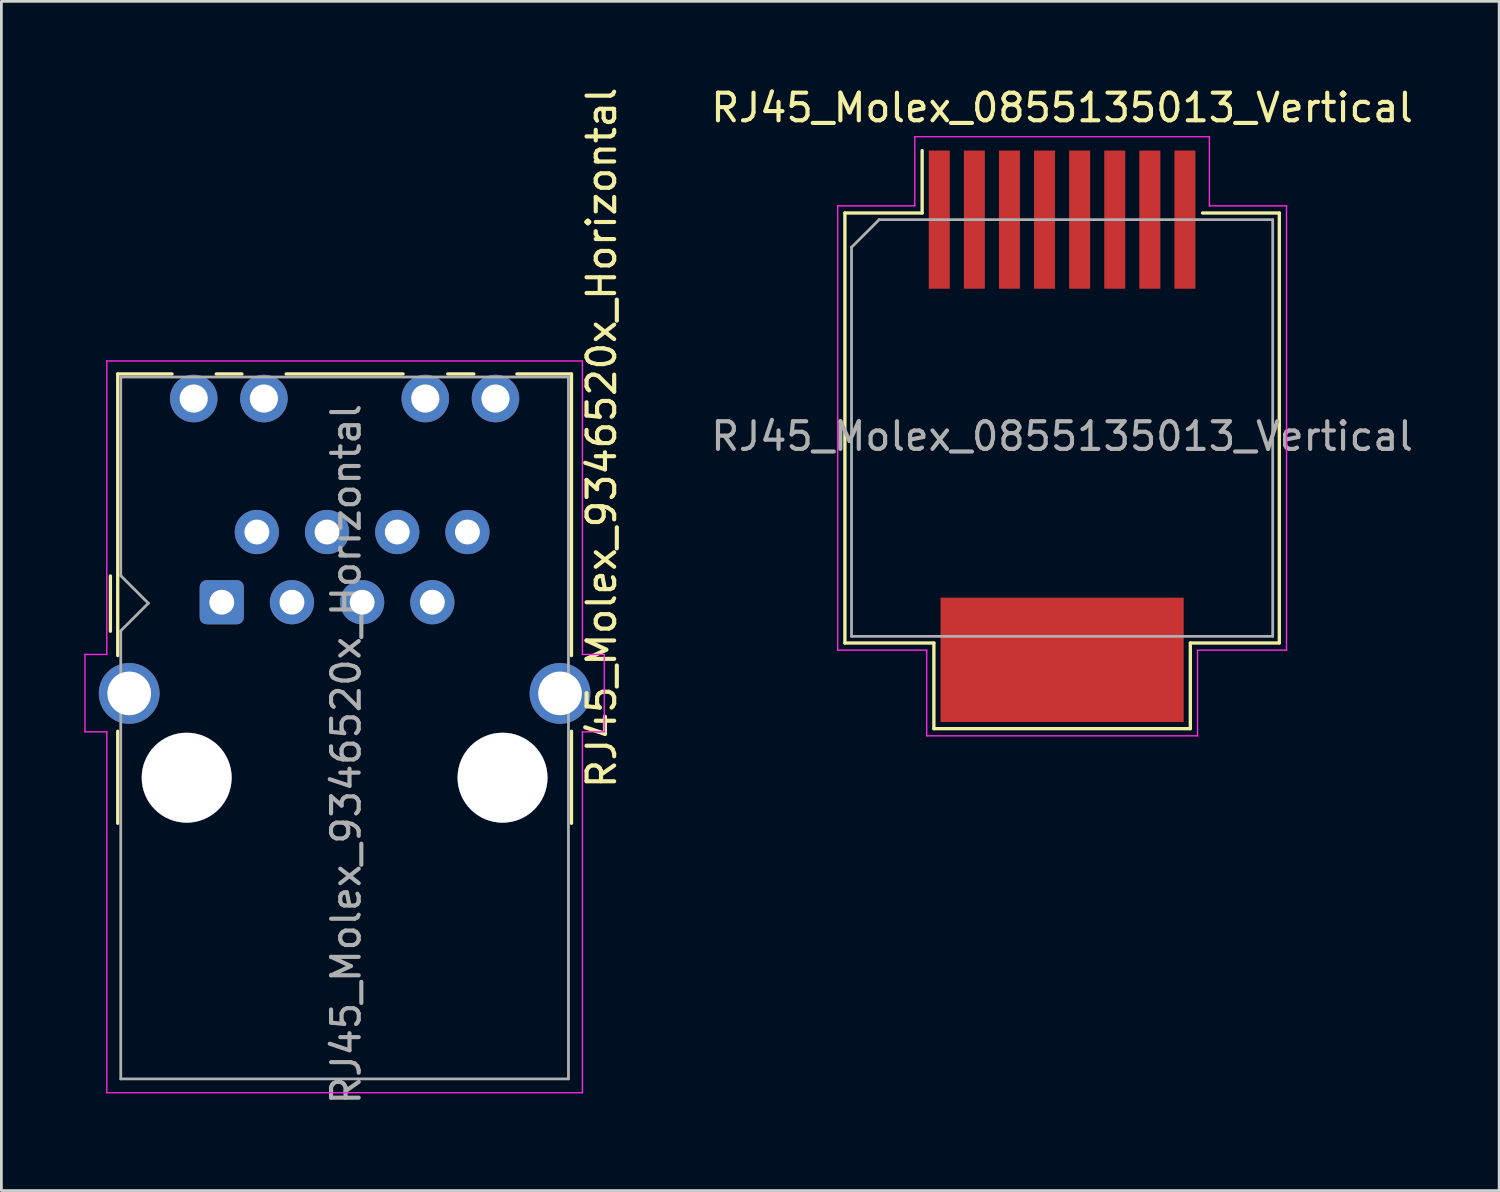
<source format=kicad_pcb>
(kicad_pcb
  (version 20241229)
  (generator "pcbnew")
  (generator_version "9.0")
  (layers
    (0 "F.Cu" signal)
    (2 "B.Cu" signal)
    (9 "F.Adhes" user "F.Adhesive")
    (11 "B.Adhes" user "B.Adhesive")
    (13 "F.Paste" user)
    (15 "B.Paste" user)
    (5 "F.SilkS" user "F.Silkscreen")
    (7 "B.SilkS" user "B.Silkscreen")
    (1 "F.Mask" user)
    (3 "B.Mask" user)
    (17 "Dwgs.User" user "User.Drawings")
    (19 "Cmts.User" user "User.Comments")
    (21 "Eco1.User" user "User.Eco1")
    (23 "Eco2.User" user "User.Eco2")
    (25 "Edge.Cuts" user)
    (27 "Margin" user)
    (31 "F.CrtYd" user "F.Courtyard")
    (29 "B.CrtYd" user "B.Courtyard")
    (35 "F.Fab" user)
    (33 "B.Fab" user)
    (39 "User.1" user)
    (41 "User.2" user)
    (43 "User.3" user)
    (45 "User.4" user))
  (footprint "RJ45_Molex_9346520x_Horizontal"
    (layer "F.Cu")
    (at 4.975 18.742)
    (property "Reference" "RJ45_Molex_9346520x_Horizontal" (at 13.745 -5.95 90) (layer "F.SilkS") (effects (font (size 1 1) (thickness 0.15))))
    (attr through_hole)
    (fp_line (start -4.03 -0.95) (end -4.03 1.05) (stroke (width 0.12) (type solid)) (layer "F.SilkS"))
    (fp_line (start -3.765 -8.26) (end -3.765 1.93) (stroke (width 0.12) (type solid)) (layer "F.SilkS"))
    (fp_line (start -3.765 4.67) (end -3.765 8) (stroke (width 0.12) (type solid)) (layer "F.SilkS"))
    (fp_line (start -1.8 -8.26) (end -3.765 -8.26) (stroke (width 0.12) (type solid)) (layer "F.SilkS"))
    (fp_line (start -0.2 -8.26) (end 0.73 -8.26) (stroke (width 0.12) (type solid)) (layer "F.SilkS"))
    (fp_line (start 2.33 -8.26) (end 6.56 -8.26) (stroke (width 0.12) (type solid)) (layer "F.SilkS"))
    (fp_line (start 8.18 -8.26) (end 9.12 -8.26) (stroke (width 0.12) (type solid)) (layer "F.SilkS"))
    (fp_line (start 12.655 -8.26) (end 10.68 -8.26) (stroke (width 0.12) (type solid)) (layer "F.SilkS"))
    (fp_line (start 12.655 1.93) (end 12.655 -8.26) (stroke (width 0.12) (type solid)) (layer "F.SilkS"))
    (fp_line (start 12.655 8) (end 12.655 4.67) (stroke (width 0.12) (type solid)) (layer "F.SilkS"))
    (fp_line (start -4.95 4.69) (end -4.95 1.89) (stroke (width 0.05) (type solid)) (layer "F.CrtYd"))
    (fp_line (start -4.16 1.89) (end -4.95 1.89) (stroke (width 0.05) (type solid)) (layer "F.CrtYd"))
    (fp_line (start -4.16 1.89) (end -4.16 -8.73) (stroke (width 0.05) (type solid)) (layer "F.CrtYd"))
    (fp_line (start -4.16 4.69) (end -4.95 4.69) (stroke (width 0.05) (type solid)) (layer "F.CrtYd"))
    (fp_line (start -4.16 17.75) (end -4.16 4.69) (stroke (width 0.05) (type solid)) (layer "F.CrtYd"))
    (fp_line (start -4.16 17.75) (end 13.05 17.75) (stroke (width 0.05) (type solid)) (layer "F.CrtYd"))
    (fp_line (start 13.05 -8.73) (end -4.16 -8.73) (stroke (width 0.05) (type solid)) (layer "F.CrtYd"))
    (fp_line (start 13.05 1.89) (end 13.05 -8.73) (stroke (width 0.05) (type solid)) (layer "F.CrtYd"))
    (fp_line (start 13.05 17.75) (end 13.05 4.69) (stroke (width 0.05) (type solid)) (layer "F.CrtYd"))
    (fp_line (start 13.84 1.89) (end 13.05 1.89) (stroke (width 0.05) (type solid)) (layer "F.CrtYd"))
    (fp_line (start 13.84 4.69) (end 13.05 4.69) (stroke (width 0.05) (type solid)) (layer "F.CrtYd"))
    (fp_line (start 13.84 4.69) (end 13.84 1.89) (stroke (width 0.05) (type solid)) (layer "F.CrtYd"))
    (fp_line (start -3.655 -0.96) (end -3.655 -8.15) (stroke (width 0.1) (type solid)) (layer "F.Fab"))
    (fp_line (start -3.655 17.25) (end -3.655 1.04) (stroke (width 0.1) (type solid)) (layer "F.Fab"))
    (fp_line (start -3.655 17.25) (end 12.545 17.25) (stroke (width 0.1) (type solid)) (layer "F.Fab"))
    (fp_line (start -2.66 0.04) (end -3.66 1.04) (stroke (width 0.1) (type solid)) (layer "F.Fab"))
    (fp_line (start -2.655 0.04) (end -3.655 -0.96) (stroke (width 0.1) (type solid)) (layer "F.Fab"))
    (fp_line (start 12.545 -8.15) (end -3.655 -8.15) (stroke (width 0.1) (type solid)) (layer "F.Fab"))
    (fp_line (start 12.545 -8.15) (end 12.545 17.25) (stroke (width 0.1) (type solid)) (layer "F.Fab"))
    (fp_text user "${REFERENCE}" (at 4.5 5.5 90) (layer "F.Fab") (effects (font (size 1 1) (thickness 0.15))))
    (pad "" np_thru_hole circle (at -1.27 6.35) (size 3.26 3.26) (drill 3.25) (layers "*.Cu" "*.Mask"))
    (pad "" np_thru_hole circle (at 10.16 6.35) (size 3.26 3.26) (drill 3.25) (layers "*.Cu" "*.Mask"))
    (pad "2" thru_hole roundrect (at 0 0) (size 1.6 1.6) (drill 0.9) (layers "*.Cu" "*.Mask") (roundrect_rratio 0.156))
    (pad "3" thru_hole circle (at 1.27 -2.54) (size 1.6 1.6) (drill 0.9) (layers "*.Cu" "*.Mask"))
    (pad "4" thru_hole circle (at 2.54 0) (size 1.6 1.6) (drill 0.9) (layers "*.Cu" "*.Mask"))
    (pad "5" thru_hole circle (at 3.81 -2.54) (size 1.6 1.6) (drill 0.9) (layers "*.Cu" "*.Mask"))
    (pad "6" thru_hole circle (at 5.08 0) (size 1.6 1.6) (drill 0.9) (layers "*.Cu" "*.Mask"))
    (pad "7" thru_hole circle (at 6.35 -2.54) (size 1.6 1.6) (drill 0.9) (layers "*.Cu" "*.Mask"))
    (pad "8" thru_hole circle (at 7.62 0) (size 1.6 1.6) (drill 0.9) (layers "*.Cu" "*.Mask"))
    (pad "9" thru_hole circle (at 8.89 -2.54) (size 1.6 1.6) (drill 0.9) (layers "*.Cu" "*.Mask"))
    (pad "11" thru_hole circle (at -1.015 -7.37) (size 1.72 1.72) (drill 1.02) (layers "*.Cu" "*.Mask"))
    (pad "12" thru_hole circle (at 1.525 -7.37) (size 1.72 1.72) (drill 1.02) (layers "*.Cu" "*.Mask"))
    (pad "13" thru_hole circle (at 7.365 -7.37) (size 1.72 1.72) (drill 1.02) (layers "*.Cu" "*.Mask"))
    (pad "14" thru_hole circle (at 9.905 -7.37) (size 1.72 1.72) (drill 1.02) (layers "*.Cu" "*.Mask"))
    (pad "SH" thru_hole circle (at -3.35 3.3) (size 2.2 2.2) (drill 1.58) (layers "*.Cu" "*.Mask"))
    (pad "SH" thru_hole circle (at 12.24 3.3) (size 2.2 2.2) (drill 1.58) (layers "*.Cu" "*.Mask"))
    (zone (net_name "") (layer "F.Cu") (name "Copper Keep Out") (hatch edge 0.508) (connect_pads) (min_thickness 0.254) (filled_areas_thickness no) (keepout (tracks not_allowed) (vias not_allowed) (pads not_allowed) (copperpour not_allowed) (footprints allowed)) (placement (enabled no)) (fill) (polygon (pts (xy 15.425 35.992) (xy 3.425 35.992) (xy 3.425 33.342) (xy 15.425 33.342))))
    (zone (net_name "") (layer "F.Cu") (name "Copper Keep Out") (hatch edge 0.508) (connect_pads) (min_thickness 0.254) (filled_areas_thickness no) (keepout (tracks not_allowed) (vias not_allowed) (pads not_allowed) (copperpour not_allowed) (footprints not_allowed)) (placement (enabled no)) (fill) (polygon (pts (xy 2.525 23.942) (xy 2.325 24.192) (xy 2.175 24.442) (xy 2.075 24.892) (xy 2.075 25.292) (xy 2.125 25.542) (xy 2.275 25.892) (xy 2.525 26.242) (xy 2.775 26.442) (xy 3.125 26.642) (xy 1.325 26.642) (xy 1.325 23.742) (xy 2.775 23.742))))
    (zone (net_name "") (layer "F.Cu") (name "Copper Keep Out") (hatch edge 0.508) (connect_pads) (min_thickness 0.254) (filled_areas_thickness no) (keepout (tracks not_allowed) (vias not_allowed) (pads not_allowed) (copperpour not_allowed) (footprints not_allowed)) (placement (enabled no)) (fill) (polygon (pts (xy 17.525 26.642) (xy 15.675 26.642) (xy 15.975 26.492) (xy 16.275 26.265) (xy 16.475 26.042) (xy 16.625 25.792) (xy 16.725 25.492) (xy 16.775 25.192) (xy 16.775 24.992) (xy 16.675 24.542) (xy 16.525 24.242) (xy 16.403 24.05) (xy 16.075 23.742) (xy 17.525 23.742)))))
  (footprint "RJ45_Molex_0855135013_Vertical"
    (layer "F.Cu")
    (at 35.384 12.738)
    (property "Reference" "RJ45_Molex_0855135013_Vertical" (at 0 -11.89 0) (layer "F.SilkS") (effects (font (size 1 1) (thickness 0.15))))
    (attr smd)
    (fp_line (start -7.86 -8.08) (end -7.86 7.48) (stroke (width 0.12) (type solid)) (layer "F.SilkS"))
    (fp_line (start -7.86 -8.08) (end -5.065 -8.08) (stroke (width 0.12) (type solid)) (layer "F.SilkS"))
    (fp_line (start -7.86 7.48) (end -4.64 7.48) (stroke (width 0.12) (type solid)) (layer "F.SilkS"))
    (fp_line (start -5.065 -8.08) (end -5.065 -10.34) (stroke (width 0.12) (type solid)) (layer "F.SilkS"))
    (fp_line (start -4.64 7.48) (end -4.64 10.58) (stroke (width 0.12) (type solid)) (layer "F.SilkS"))
    (fp_line (start -4.64 10.58) (end 4.64 10.58) (stroke (width 0.12) (type solid)) (layer "F.SilkS"))
    (fp_line (start 4.64 7.48) (end 7.86 7.48) (stroke (width 0.12) (type solid)) (layer "F.SilkS"))
    (fp_line (start 4.64 10.58) (end 4.64 7.48) (stroke (width 0.12) (type solid)) (layer "F.SilkS"))
    (fp_line (start 7.86 -8.08) (end 5.08 -8.08) (stroke (width 0.12) (type solid)) (layer "F.SilkS"))
    (fp_line (start 7.86 7.48) (end 7.86 -8.08) (stroke (width 0.12) (type solid)) (layer "F.SilkS"))
    (fp_line (start -8.12 -8.34) (end -5.33 -8.34) (stroke (width 0.05) (type solid)) (layer "F.CrtYd"))
    (fp_line (start -8.12 7.74) (end -8.12 -8.34) (stroke (width 0.05) (type solid)) (layer "F.CrtYd"))
    (fp_line (start -8.12 7.74) (end -4.9 7.74) (stroke (width 0.05) (type solid)) (layer "F.CrtYd"))
    (fp_line (start -5.33 -10.84) (end 5.33 -10.84) (stroke (width 0.05) (type solid)) (layer "F.CrtYd"))
    (fp_line (start -5.33 -8.34) (end -5.33 -10.84) (stroke (width 0.05) (type solid)) (layer "F.CrtYd"))
    (fp_line (start -4.9 7.74) (end -4.9 10.84) (stroke (width 0.05) (type solid)) (layer "F.CrtYd"))
    (fp_line (start -4.9 10.84) (end 4.9 10.84) (stroke (width 0.05) (type solid)) (layer "F.CrtYd"))
    (fp_line (start 4.9 7.74) (end 4.9 10.84) (stroke (width 0.05) (type solid)) (layer "F.CrtYd"))
    (fp_line (start 4.9 7.74) (end 8.12 7.74) (stroke (width 0.05) (type solid)) (layer "F.CrtYd"))
    (fp_line (start 5.33 -10.84) (end 5.33 -8.34) (stroke (width 0.05) (type solid)) (layer "F.CrtYd"))
    (fp_line (start 5.33 -8.34) (end 8.12 -8.34) (stroke (width 0.05) (type solid)) (layer "F.CrtYd"))
    (fp_line (start 8.12 7.74) (end 8.12 -8.34) (stroke (width 0.05) (type solid)) (layer "F.CrtYd"))
    (fp_line (start -7.62 -6.84) (end -6.62 -7.84) (stroke (width 0.1) (type solid)) (layer "F.Fab"))
    (fp_line (start -7.62 7.24) (end -7.62 -6.84) (stroke (width 0.1) (type solid)) (layer "F.Fab"))
    (fp_line (start -6.62 -7.84) (end 7.62 -7.84) (stroke (width 0.1) (type solid)) (layer "F.Fab"))
    (fp_line (start 7.62 7.24) (end -7.62 7.24) (stroke (width 0.1) (type solid)) (layer "F.Fab"))
    (fp_line (start 7.62 7.24) (end 7.62 -7.84) (stroke (width 0.1) (type solid)) (layer "F.Fab"))
    (fp_text user "${REFERENCE}" (at 0 0 0) (layer "F.Fab") (effects (font (size 1 1) (thickness 0.15))))
    (pad "1" smd rect (at -4.445 -7.84 180) (size 0.76 5) (layers "F.Cu" "F.Mask" "F.Paste"))
    (pad "2" smd rect (at -3.175 -7.84 180) (size 0.76 5) (layers "F.Cu" "F.Mask" "F.Paste"))
    (pad "3" smd rect (at -1.905 -7.84 180) (size 0.76 5) (layers "F.Cu" "F.Mask" "F.Paste"))
    (pad "4" smd rect (at -0.635 -7.84 180) (size 0.76 5) (layers "F.Cu" "F.Mask" "F.Paste"))
    (pad "5" smd rect (at 0.635 -7.84 180) (size 0.76 5) (layers "F.Cu" "F.Mask" "F.Paste"))
    (pad "6" smd rect (at 1.905 -7.84 180) (size 0.76 5) (layers "F.Cu" "F.Mask" "F.Paste"))
    (pad "7" smd rect (at 3.175 -7.84 180) (size 0.76 5) (layers "F.Cu" "F.Mask" "F.Paste"))
    (pad "8" smd rect (at 4.445 -7.84 180) (size 0.76 5) (layers "F.Cu" "F.Mask" "F.Paste"))
    (pad "L" smd rect (at 0 8.09 180) (size 8.8 4.5) (layers "F.Cu" "F.Mask" "F.Paste")))
  (gr_rect
    (start -3 -3)
    (end 51.199 40.033)
    (stroke (width 0.1) (type default))
    (fill no)
    (layer "Edge.Cuts")))
</source>
